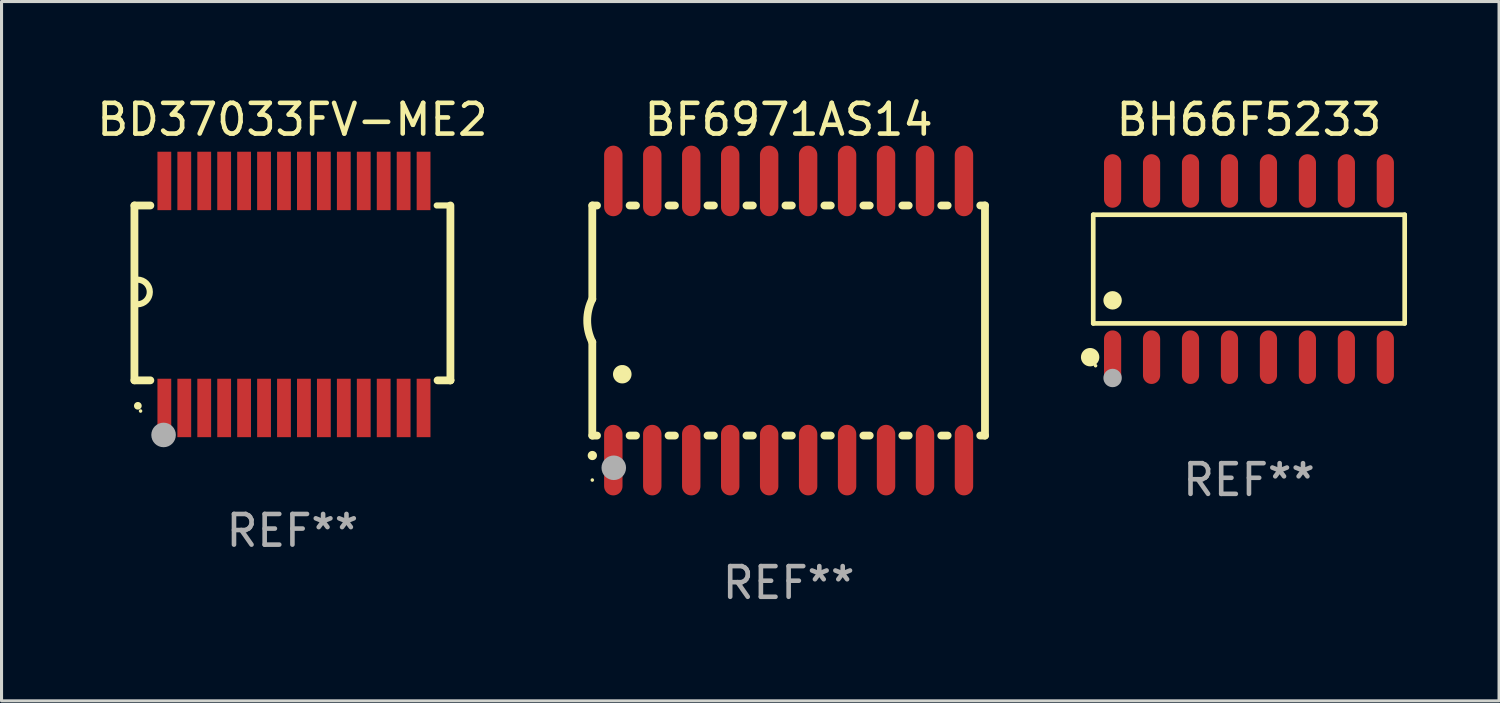
<source format=kicad_pcb>
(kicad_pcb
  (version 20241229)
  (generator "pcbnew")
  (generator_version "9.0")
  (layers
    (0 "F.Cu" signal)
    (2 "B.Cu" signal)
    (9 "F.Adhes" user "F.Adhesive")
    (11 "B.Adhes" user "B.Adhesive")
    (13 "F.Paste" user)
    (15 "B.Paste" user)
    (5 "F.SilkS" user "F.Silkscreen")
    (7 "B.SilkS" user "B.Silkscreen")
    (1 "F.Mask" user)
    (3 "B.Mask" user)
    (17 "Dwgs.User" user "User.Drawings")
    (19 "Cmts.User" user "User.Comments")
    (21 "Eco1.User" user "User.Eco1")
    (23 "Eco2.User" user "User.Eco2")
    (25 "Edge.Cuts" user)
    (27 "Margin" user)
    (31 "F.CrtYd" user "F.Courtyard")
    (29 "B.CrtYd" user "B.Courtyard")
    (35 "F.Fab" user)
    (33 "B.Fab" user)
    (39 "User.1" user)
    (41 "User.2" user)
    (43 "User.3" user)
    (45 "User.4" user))
  (footprint "BD37033FV-ME2"
    (layer "F.Cu")
    (at 6.482 6.548)
    (property "Reference" "BD37033FV-ME2" (at 0 -5.7 0) (layer "F.SilkS") (effects (font (size 1 1) (thickness 0.15))))
    (attr through_hole)
    (fp_line (start -5.15 -2.9) (end -5.15 2.8) (stroke (width 0.254) (type solid)) (layer "F.SilkS"))
    (fp_line (start -5.15 2.8) (end -4.631 2.8) (stroke (width 0.254) (type solid)) (layer "F.SilkS"))
    (fp_line (start -4.631 -2.9) (end -5.15 -2.9) (stroke (width 0.254) (type solid)) (layer "F.SilkS"))
    (fp_line (start 4.704 -2.9) (end 5.15 -2.9) (stroke (width 0.201) (type solid)) (layer "F.SilkS"))
    (fp_line (start 4.731 2.8) (end 5.15 2.8) (stroke (width 0.254) (type solid)) (layer "F.SilkS"))
    (fp_line (start 5.15 -2.9) (end 5.15 2.8) (stroke (width 0.254) (type solid)) (layer "F.SilkS"))
    (fp_line (start 5.15 2.8) (end 5.15 2.8) (stroke (width 0.254) (type solid)) (layer "F.SilkS"))
    (fp_arc (start -5.05 -0.482652) (mid -4.648679 -0.081331) (end -5.05 0.31999) (stroke (width 0.20066) (type solid)) (layer "F.SilkS"))
    (fp_arc (start -5.039992 3.629997) (mid -5.038722 3.629993) (end -5.037452 3.629997) (stroke (width 0.24892) (type solid)) (layer "F.SilkS"))
    (fp_circle (center -4.95 3.8) (end -4.92 3.8) (stroke (width 0.06) (type solid)) (fill no) (layer "F.SilkS"))
    (fp_circle (center -4.2 4.58) (end -4 4.58) (stroke (width 0.4) (type solid)) (fill no) (layer "F.Fab"))
    (fp_text user "REF**" (at 0 7.7 0) (layer "F.Fab") (effects (font (size 1 1) (thickness 0.15))))
    (pad "1" smd rect (at -4.175 3.7 180) (size 0.45 1.905) (layers "F.Cu" "F.Mask" "F.Paste"))
    (pad "2" smd rect (at -3.525 3.7 180) (size 0.45 1.905) (layers "F.Cu" "F.Mask" "F.Paste"))
    (pad "3" smd rect (at -2.875 3.7 180) (size 0.45 1.905) (layers "F.Cu" "F.Mask" "F.Paste"))
    (pad "4" smd rect (at -2.225 3.7 180) (size 0.45 1.905) (layers "F.Cu" "F.Mask" "F.Paste"))
    (pad "5" smd rect (at -1.575 3.7 180) (size 0.45 1.905) (layers "F.Cu" "F.Mask" "F.Paste"))
    (pad "6" smd rect (at -0.925 3.7 180) (size 0.45 1.905) (layers "F.Cu" "F.Mask" "F.Paste"))
    (pad "7" smd rect (at -0.275 3.7 180) (size 0.45 1.905) (layers "F.Cu" "F.Mask" "F.Paste"))
    (pad "8" smd rect (at 0.375 3.7 180) (size 0.45 1.905) (layers "F.Cu" "F.Mask" "F.Paste"))
    (pad "9" smd rect (at 1.025 3.7 180) (size 0.45 1.905) (layers "F.Cu" "F.Mask" "F.Paste"))
    (pad "10" smd rect (at 1.675 3.7 180) (size 0.45 1.905) (layers "F.Cu" "F.Mask" "F.Paste"))
    (pad "11" smd rect (at 2.325 3.7 180) (size 0.45 1.905) (layers "F.Cu" "F.Mask" "F.Paste"))
    (pad "12" smd rect (at 2.975 3.7 180) (size 0.45 1.905) (layers "F.Cu" "F.Mask" "F.Paste"))
    (pad "13" smd rect (at 3.625 3.7 180) (size 0.45 1.905) (layers "F.Cu" "F.Mask" "F.Paste"))
    (pad "14" smd rect (at 4.275 3.7 180) (size 0.45 1.905) (layers "F.Cu" "F.Mask" "F.Paste"))
    (pad "15" smd rect (at 4.275 -3.7 180) (size 0.45 1.905) (layers "F.Cu" "F.Mask" "F.Paste"))
    (pad "16" smd rect (at 3.625 -3.7 180) (size 0.45 1.905) (layers "F.Cu" "F.Mask" "F.Paste"))
    (pad "17" smd rect (at 2.975 -3.7 180) (size 0.45 1.905) (layers "F.Cu" "F.Mask" "F.Paste"))
    (pad "18" smd rect (at 2.325 -3.7 180) (size 0.45 1.905) (layers "F.Cu" "F.Mask" "F.Paste"))
    (pad "19" smd rect (at 1.675 -3.7 180) (size 0.45 1.905) (layers "F.Cu" "F.Mask" "F.Paste"))
    (pad "20" smd rect (at 1.025 -3.7 180) (size 0.45 1.905) (layers "F.Cu" "F.Mask" "F.Paste"))
    (pad "21" smd rect (at 0.375 -3.7 180) (size 0.45 1.905) (layers "F.Cu" "F.Mask" "F.Paste"))
    (pad "22" smd rect (at -0.275 -3.7 180) (size 0.45 1.905) (layers "F.Cu" "F.Mask" "F.Paste"))
    (pad "23" smd rect (at -0.925 -3.7 180) (size 0.45 1.905) (layers "F.Cu" "F.Mask" "F.Paste"))
    (pad "24" smd rect (at -1.575 -3.7 180) (size 0.45 1.905) (layers "F.Cu" "F.Mask" "F.Paste"))
    (pad "25" smd rect (at -2.225 -3.7 180) (size 0.45 1.905) (layers "F.Cu" "F.Mask" "F.Paste"))
    (pad "26" smd rect (at -2.875 -3.7 180) (size 0.45 1.905) (layers "F.Cu" "F.Mask" "F.Paste"))
    (pad "27" smd rect (at -3.525 -3.7 180) (size 0.45 1.905) (layers "F.Cu" "F.Mask" "F.Paste"))
    (pad "28" smd rect (at -4.175 -3.7 180) (size 0.45 1.905) (layers "F.Cu" "F.Mask" "F.Paste")))
  (footprint "BH66F5233"
    (layer "F.Cu")
    (at 37.662 5.721)
    (property "Reference" "BH66F5233" (at 0 -4.872 0) (layer "F.SilkS") (effects (font (size 1 1) (thickness 0.15))))
    (attr through_hole)
    (fp_line (start -5.076 -1.771) (end 5.076 -1.771) (stroke (width 0.152) (type solid)) (layer "F.SilkS"))
    (fp_line (start -5.076 1.771) (end -5.076 -1.771) (stroke (width 0.152) (type solid)) (layer "F.SilkS"))
    (fp_line (start 5.076 -1.771) (end 5.076 1.771) (stroke (width 0.152) (type solid)) (layer "F.SilkS"))
    (fp_line (start 5.076 1.771) (end -5.076 1.771) (stroke (width 0.152) (type solid)) (layer "F.SilkS"))
    (fp_circle (center -5.177 2.872) (end -5.027 2.872) (stroke (width 0.3) (type solid)) (fill no) (layer "F.SilkS"))
    (fp_circle (center -5 3.15) (end -4.97 3.15) (stroke (width 0.06) (type solid)) (fill no) (layer "F.SilkS"))
    (fp_circle (center -4.445 1.019) (end -4.295 1.019) (stroke (width 0.3) (type solid)) (fill no) (layer "F.SilkS"))
    (fp_circle (center -4.445 3.55) (end -4.295 3.55) (stroke (width 0.3) (type solid)) (fill no) (layer "F.Fab"))
    (fp_text user "REF**" (at 0 6.872 0) (layer "F.Fab") (effects (font (size 1 1) (thickness 0.15))))
    (pad "1" smd oval (at -4.445 2.872) (size 0.56 1.745) (layers "F.Cu" "F.Mask" "F.Paste"))
    (pad "2" smd oval (at -3.175 2.872) (size 0.56 1.745) (layers "F.Cu" "F.Mask" "F.Paste"))
    (pad "3" smd oval (at -1.905 2.872) (size 0.56 1.745) (layers "F.Cu" "F.Mask" "F.Paste"))
    (pad "4" smd oval (at -0.635 2.872) (size 0.56 1.745) (layers "F.Cu" "F.Mask" "F.Paste"))
    (pad "5" smd oval (at 0.635 2.872) (size 0.56 1.745) (layers "F.Cu" "F.Mask" "F.Paste"))
    (pad "6" smd oval (at 1.905 2.872) (size 0.56 1.745) (layers "F.Cu" "F.Mask" "F.Paste"))
    (pad "7" smd oval (at 3.175 2.872) (size 0.56 1.745) (layers "F.Cu" "F.Mask" "F.Paste"))
    (pad "8" smd oval (at 4.445 2.872) (size 0.56 1.745) (layers "F.Cu" "F.Mask" "F.Paste"))
    (pad "9" smd oval (at 4.445 -2.872) (size 0.56 1.745) (layers "F.Cu" "F.Mask" "F.Paste"))
    (pad "10" smd oval (at 3.175 -2.872) (size 0.56 1.745) (layers "F.Cu" "F.Mask" "F.Paste"))
    (pad "11" smd oval (at 1.905 -2.872) (size 0.56 1.745) (layers "F.Cu" "F.Mask" "F.Paste"))
    (pad "12" smd oval (at 0.635 -2.872) (size 0.56 1.745) (layers "F.Cu" "F.Mask" "F.Paste"))
    (pad "13" smd oval (at -0.635 -2.872) (size 0.56 1.745) (layers "F.Cu" "F.Mask" "F.Paste"))
    (pad "14" smd oval (at -1.905 -2.872) (size 0.56 1.745) (layers "F.Cu" "F.Mask" "F.Paste"))
    (pad "15" smd oval (at -3.175 -2.872) (size 0.56 1.745) (layers "F.Cu" "F.Mask" "F.Paste"))
    (pad "16" smd oval (at -4.445 -2.872) (size 0.56 1.745) (layers "F.Cu" "F.Mask" "F.Paste")))
  (footprint "BF6971AS14"
    (layer "F.Cu")
    (at 22.657 7.398)
    (property "Reference" "BF6971AS14" (at 0 -6.55 0) (layer "F.SilkS") (effects (font (size 1 1) (thickness 0.15))))
    (attr through_hole)
    (fp_line (start -6.4 -3.75) (end -6.4 -0.7) (stroke (width 0.254) (type solid)) (layer "F.SilkS"))
    (fp_line (start -6.4 -3.75) (end -6.246 -3.75) (stroke (width 0.254) (type solid)) (layer "F.SilkS"))
    (fp_line (start -6.4 3.75) (end -6.4 0.7) (stroke (width 0.254) (type solid)) (layer "F.SilkS"))
    (fp_line (start -6.246 3.75) (end -6.4 3.75) (stroke (width 0.254) (type solid)) (layer "F.SilkS"))
    (fp_line (start -5.184 -3.75) (end -4.976 -3.75) (stroke (width 0.254) (type solid)) (layer "F.SilkS"))
    (fp_line (start -4.976 3.75) (end -5.184 3.75) (stroke (width 0.254) (type solid)) (layer "F.SilkS"))
    (fp_line (start -3.914 -3.75) (end -3.706 -3.75) (stroke (width 0.254) (type solid)) (layer "F.SilkS"))
    (fp_line (start -3.706 3.75) (end -3.914 3.75) (stroke (width 0.254) (type solid)) (layer "F.SilkS"))
    (fp_line (start -2.644 -3.75) (end -2.436 -3.75) (stroke (width 0.254) (type solid)) (layer "F.SilkS"))
    (fp_line (start -2.436 3.75) (end -2.644 3.75) (stroke (width 0.254) (type solid)) (layer "F.SilkS"))
    (fp_line (start -1.374 -3.75) (end -1.166 -3.75) (stroke (width 0.254) (type solid)) (layer "F.SilkS"))
    (fp_line (start -1.166 3.75) (end -1.374 3.75) (stroke (width 0.254) (type solid)) (layer "F.SilkS"))
    (fp_line (start -0.104 -3.75) (end 0.104 -3.75) (stroke (width 0.254) (type solid)) (layer "F.SilkS"))
    (fp_line (start 0.104 3.75) (end -0.104 3.75) (stroke (width 0.254) (type solid)) (layer "F.SilkS"))
    (fp_line (start 1.166 -3.75) (end 1.374 -3.75) (stroke (width 0.254) (type solid)) (layer "F.SilkS"))
    (fp_line (start 1.374 3.75) (end 1.166 3.75) (stroke (width 0.254) (type solid)) (layer "F.SilkS"))
    (fp_line (start 2.436 -3.75) (end 2.644 -3.75) (stroke (width 0.254) (type solid)) (layer "F.SilkS"))
    (fp_line (start 2.644 3.75) (end 2.436 3.75) (stroke (width 0.254) (type solid)) (layer "F.SilkS"))
    (fp_line (start 3.706 -3.75) (end 3.914 -3.75) (stroke (width 0.254) (type solid)) (layer "F.SilkS"))
    (fp_line (start 3.914 3.75) (end 3.706 3.75) (stroke (width 0.254) (type solid)) (layer "F.SilkS"))
    (fp_line (start 4.976 -3.75) (end 5.184 -3.75) (stroke (width 0.254) (type solid)) (layer "F.SilkS"))
    (fp_line (start 5.184 3.75) (end 4.976 3.75) (stroke (width 0.254) (type solid)) (layer "F.SilkS"))
    (fp_line (start 6.246 -3.75) (end 6.4 -3.75) (stroke (width 0.254) (type solid)) (layer "F.SilkS"))
    (fp_line (start 6.4 -3.75) (end 6.4 3.75) (stroke (width 0.254) (type solid)) (layer "F.SilkS"))
    (fp_line (start 6.4 3.75) (end 6.246 3.75) (stroke (width 0.254) (type solid)) (layer "F.SilkS"))
    (fp_arc (start -6.400812 0.701041) (mid -6.565912 0.000428) (end -6.400025 -0.7) (stroke (width 0.254001) (type solid)) (layer "F.SilkS"))
    (fp_arc (start -6.400025 4.4) (mid -6.398755 4.399995) (end -6.397485 4.4) (stroke (width 0.3) (type solid)) (layer "F.SilkS"))
    (fp_arc (start -5.425451 1.750064) (mid -5.422911 1.750053) (end -5.420371 1.750064) (stroke (width 0.6) (type solid)) (layer "F.SilkS"))
    (fp_circle (center -6.4 5.2) (end -6.37 5.2) (stroke (width 0.06) (type solid)) (fill no) (layer "F.SilkS"))
    (fp_circle (center -5.7 4.8) (end -5.5 4.8) (stroke (width 0.4) (type solid)) (fill no) (layer "F.Fab"))
    (fp_text user "REF**" (at 0 8.55 0) (layer "F.Fab") (effects (font (size 1 1) (thickness 0.15))))
    (pad "1" smd oval (at -5.715 4.55 180) (size 0.6 2.3) (layers "F.Cu" "F.Mask" "F.Paste"))
    (pad "2" smd oval (at -4.445 4.55 180) (size 0.6 2.3) (layers "F.Cu" "F.Mask" "F.Paste"))
    (pad "3" smd oval (at -3.175 4.55 180) (size 0.6 2.3) (layers "F.Cu" "F.Mask" "F.Paste"))
    (pad "4" smd oval (at -1.905 4.55 180) (size 0.6 2.3) (layers "F.Cu" "F.Mask" "F.Paste"))
    (pad "5" smd oval (at -0.635 4.55 180) (size 0.6 2.3) (layers "F.Cu" "F.Mask" "F.Paste"))
    (pad "6" smd oval (at 0.635 4.55 180) (size 0.6 2.3) (layers "F.Cu" "F.Mask" "F.Paste"))
    (pad "7" smd oval (at 1.905 4.55 180) (size 0.6 2.3) (layers "F.Cu" "F.Mask" "F.Paste"))
    (pad "8" smd oval (at 3.175 4.55 180) (size 0.6 2.3) (layers "F.Cu" "F.Mask" "F.Paste"))
    (pad "9" smd oval (at 4.445 4.55 180) (size 0.6 2.3) (layers "F.Cu" "F.Mask" "F.Paste"))
    (pad "10" smd oval (at 5.715 4.55 180) (size 0.6 2.3) (layers "F.Cu" "F.Mask" "F.Paste"))
    (pad "11" smd oval (at 5.715 -4.55 180) (size 0.6 2.3) (layers "F.Cu" "F.Mask" "F.Paste"))
    (pad "12" smd oval (at 4.445 -4.55 180) (size 0.6 2.3) (layers "F.Cu" "F.Mask" "F.Paste"))
    (pad "13" smd oval (at 3.175 -4.55 180) (size 0.6 2.3) (layers "F.Cu" "F.Mask" "F.Paste"))
    (pad "14" smd oval (at 1.905 -4.55 180) (size 0.6 2.3) (layers "F.Cu" "F.Mask" "F.Paste"))
    (pad "15" smd oval (at 0.635 -4.55 180) (size 0.6 2.3) (layers "F.Cu" "F.Mask" "F.Paste"))
    (pad "16" smd oval (at -0.635 -4.55 180) (size 0.6 2.3) (layers "F.Cu" "F.Mask" "F.Paste"))
    (pad "17" smd oval (at -1.905 -4.55 180) (size 0.6 2.3) (layers "F.Cu" "F.Mask" "F.Paste"))
    (pad "18" smd oval (at -3.175 -4.55 180) (size 0.6 2.3) (layers "F.Cu" "F.Mask" "F.Paste"))
    (pad "19" smd oval (at -4.445 -4.55 180) (size 0.6 2.3) (layers "F.Cu" "F.Mask" "F.Paste"))
    (pad "20" smd oval (at -5.715 -4.55 180) (size 0.6 2.3) (layers "F.Cu" "F.Mask" "F.Paste")))
  (gr_rect
    (start -3 -3)
    (end 45.814 19.796)
    (stroke (width 0.1) (type default))
    (fill no)
    (layer "Edge.Cuts")))
</source>
